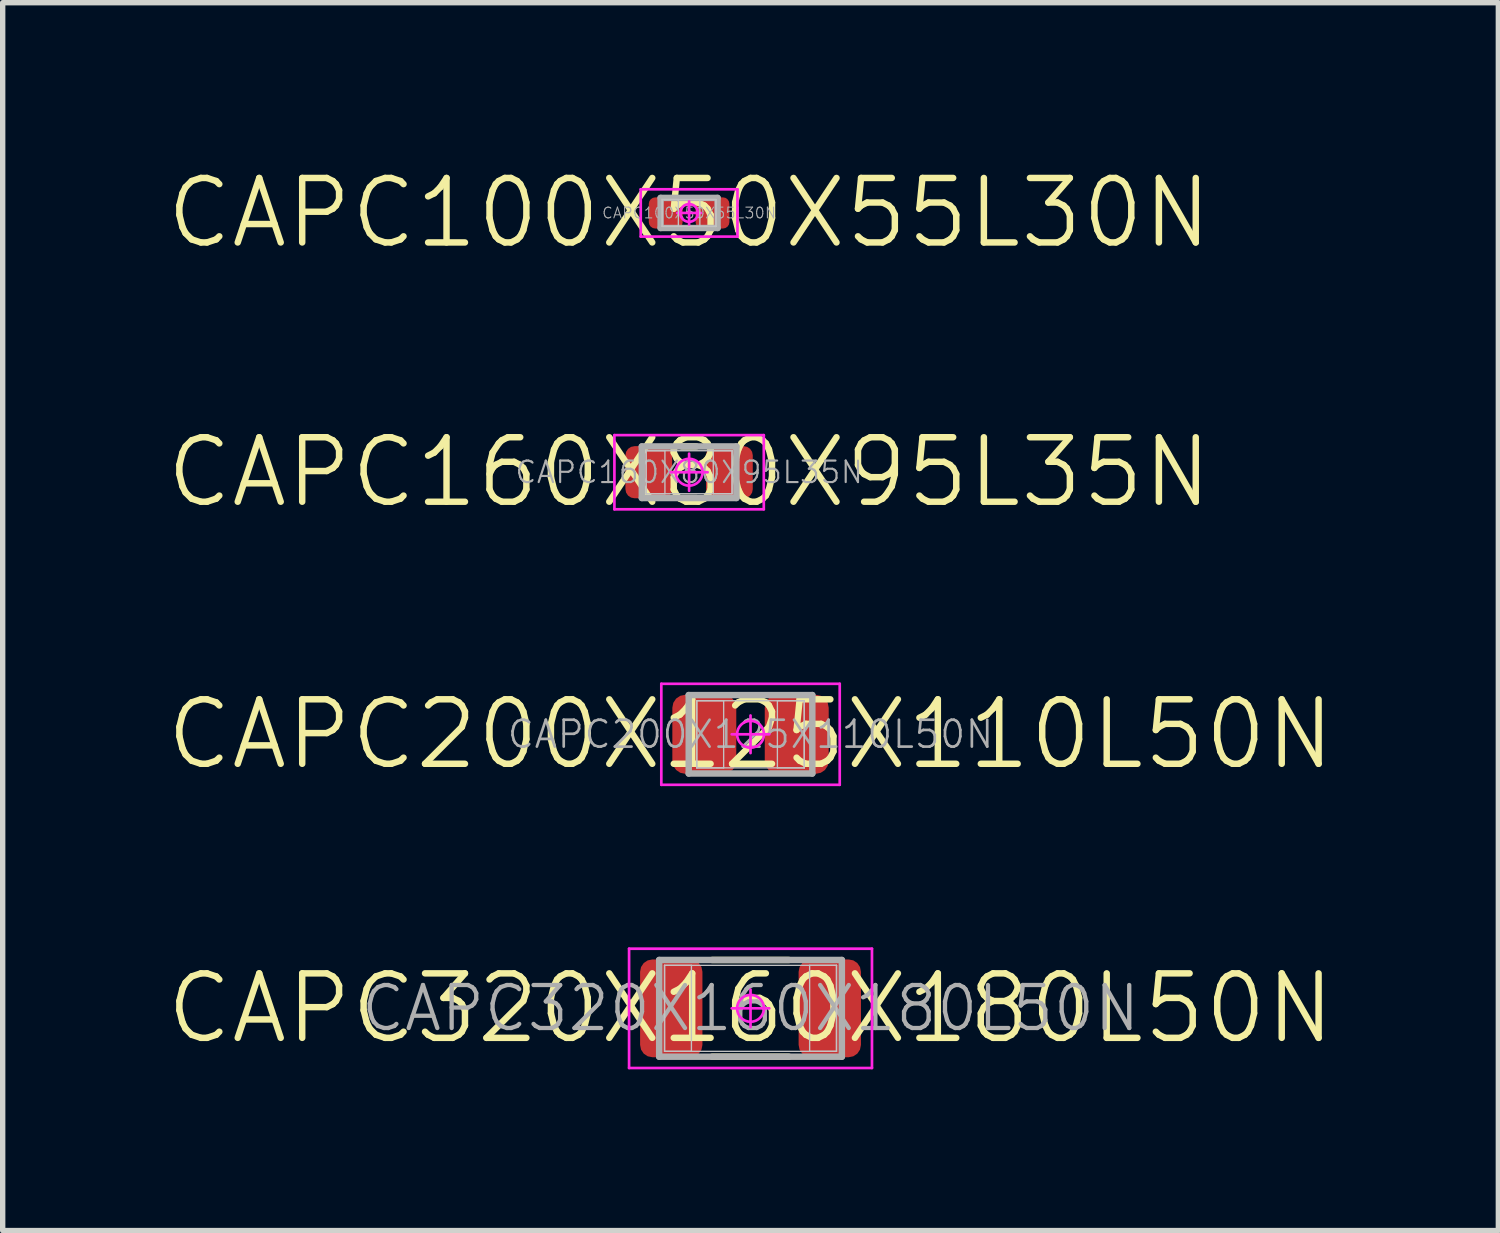
<source format=kicad_pcb>
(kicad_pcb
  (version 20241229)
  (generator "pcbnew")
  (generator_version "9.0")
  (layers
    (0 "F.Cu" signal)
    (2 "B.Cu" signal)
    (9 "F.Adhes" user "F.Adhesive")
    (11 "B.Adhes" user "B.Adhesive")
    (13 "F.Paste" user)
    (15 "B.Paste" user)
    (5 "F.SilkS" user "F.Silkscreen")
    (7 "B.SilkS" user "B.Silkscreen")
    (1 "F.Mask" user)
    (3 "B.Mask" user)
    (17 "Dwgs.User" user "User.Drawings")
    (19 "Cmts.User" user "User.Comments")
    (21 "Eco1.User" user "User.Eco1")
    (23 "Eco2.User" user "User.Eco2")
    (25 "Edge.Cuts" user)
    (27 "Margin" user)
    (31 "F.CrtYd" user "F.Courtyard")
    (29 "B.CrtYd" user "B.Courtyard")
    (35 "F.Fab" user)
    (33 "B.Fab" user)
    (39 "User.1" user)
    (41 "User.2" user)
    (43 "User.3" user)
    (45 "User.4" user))
  (footprint "CAPC320X160X180L50N"
    (layer "F.Cu")
    (at 10.917 15.715)
    (property "Reference" "CAPC320X160X180L50N" (at 0 0 0) (layer "F.SilkS") (effects (font (size 1.2 1.2) (thickness 0.12))))
    (attr smd)
    (fp_line (start -0.715 -0.9) (end 0.715 -0.9) (stroke (width 0.12) (type solid)) (layer "F.SilkS"))
    (fp_line (start -0.715 0.9) (end 0.715 0.9) (stroke (width 0.12) (type solid)) (layer "F.SilkS"))
    (fp_line (start -1.6 -0.8) (end -1.1 -0.8) (stroke (width 0.025) (type solid)) (layer "Dwgs.User"))
    (fp_line (start -1.6 -0.8) (end 1.6 -0.8) (stroke (width 0.025) (type solid)) (layer "Dwgs.User"))
    (fp_line (start -1.6 0.8) (end -1.6 -0.8) (stroke (width 0.025) (type solid)) (layer "Dwgs.User"))
    (fp_line (start -1.6 0.8) (end -1.6 -0.8) (stroke (width 0.025) (type solid)) (layer "Dwgs.User"))
    (fp_line (start -1.1 -0.8) (end -1.1 0.8) (stroke (width 0.025) (type solid)) (layer "Dwgs.User"))
    (fp_line (start -1.1 0.8) (end -1.6 0.8) (stroke (width 0.025) (type solid)) (layer "Dwgs.User"))
    (fp_line (start 1.1 -0.8) (end 1.6 -0.8) (stroke (width 0.025) (type solid)) (layer "Dwgs.User"))
    (fp_line (start 1.1 0.8) (end 1.1 -0.8) (stroke (width 0.025) (type solid)) (layer "Dwgs.User"))
    (fp_line (start 1.6 -0.8) (end 1.6 0.8) (stroke (width 0.025) (type solid)) (layer "Dwgs.User"))
    (fp_line (start 1.6 -0.8) (end 1.6 0.8) (stroke (width 0.025) (type solid)) (layer "Dwgs.User"))
    (fp_line (start 1.6 0.8) (end -1.6 0.8) (stroke (width 0.025) (type solid)) (layer "Dwgs.User"))
    (fp_line (start 1.6 0.8) (end 1.1 0.8) (stroke (width 0.025) (type solid)) (layer "Dwgs.User"))
    (fp_line (start -2.26 -1.11) (end 2.26 -1.11) (stroke (width 0.05) (type solid)) (layer "F.CrtYd"))
    (fp_line (start -2.26 1.11) (end -2.26 -1.11) (stroke (width 0.05) (type solid)) (layer "F.CrtYd"))
    (fp_line (start 0 -0.35) (end 0 0.35) (stroke (width 0.05) (type solid)) (layer "F.CrtYd"))
    (fp_line (start 0.35 0) (end -0.35 0) (stroke (width 0.05) (type solid)) (layer "F.CrtYd"))
    (fp_line (start 2.26 -1.11) (end 2.26 1.11) (stroke (width 0.05) (type solid)) (layer "F.CrtYd"))
    (fp_line (start 2.26 1.11) (end -2.26 1.11) (stroke (width 0.05) (type solid)) (layer "F.CrtYd"))
    (fp_circle (center 0 0) (end 0 0.25) (stroke (width 0.05) (type solid)) (fill no) (layer "F.CrtYd"))
    (fp_line (start -1.7 -0.9) (end 1.7 -0.9) (stroke (width 0.12) (type solid)) (layer "F.Fab"))
    (fp_line (start -1.7 0.9) (end -1.7 -0.9) (stroke (width 0.12) (type solid)) (layer "F.Fab"))
    (fp_line (start 1.7 -0.9) (end 1.7 0.9) (stroke (width 0.12) (type solid)) (layer "F.Fab"))
    (fp_line (start 1.7 0.9) (end -1.7 0.9) (stroke (width 0.12) (type solid)) (layer "F.Fab"))
    (fp_text user "${REFERENCE}" (at 0 0 0) (layer "F.Fab") (effects (font (size 0.8 0.8) (thickness 0.08))))
    (pad "1" smd roundrect (at -1.475 0) (size 1.16 1.82) (layers "F.Cu" "F.Mask" "F.Paste") (roundrect_rratio 0.198))
    (pad "2" smd roundrect (at 1.475 0) (size 1.16 1.82) (layers "F.Cu" "F.Mask" "F.Paste") (roundrect_rratio 0.198)))
  (footprint "CAPC100X50X55L30N"
    (layer "F.Cu")
    (at 9.774 0.913)
    (property "Reference" "CAPC100X50X55L30N" (at 0 0 0) (layer "F.SilkS") (effects (font (size 1.2 1.2) (thickness 0.12))))
    (attr smd)
    (fp_line (start -0.5 -0.25) (end -0.2 -0.25) (stroke (width 0.025) (type solid)) (layer "Dwgs.User"))
    (fp_line (start -0.5 -0.25) (end 0.5 -0.25) (stroke (width 0.025) (type solid)) (layer "Dwgs.User"))
    (fp_line (start -0.5 0.25) (end -0.5 -0.25) (stroke (width 0.025) (type solid)) (layer "Dwgs.User"))
    (fp_line (start -0.5 0.25) (end -0.5 -0.25) (stroke (width 0.025) (type solid)) (layer "Dwgs.User"))
    (fp_line (start -0.2 -0.25) (end -0.2 0.25) (stroke (width 0.025) (type solid)) (layer "Dwgs.User"))
    (fp_line (start -0.2 0.25) (end -0.5 0.25) (stroke (width 0.025) (type solid)) (layer "Dwgs.User"))
    (fp_line (start 0.2 -0.25) (end 0.5 -0.25) (stroke (width 0.025) (type solid)) (layer "Dwgs.User"))
    (fp_line (start 0.2 0.25) (end 0.2 -0.25) (stroke (width 0.025) (type solid)) (layer "Dwgs.User"))
    (fp_line (start 0.5 -0.25) (end 0.5 0.25) (stroke (width 0.025) (type solid)) (layer "Dwgs.User"))
    (fp_line (start 0.5 -0.25) (end 0.5 0.25) (stroke (width 0.025) (type solid)) (layer "Dwgs.User"))
    (fp_line (start 0.5 0.25) (end -0.5 0.25) (stroke (width 0.025) (type solid)) (layer "Dwgs.User"))
    (fp_line (start 0.5 0.25) (end 0.2 0.25) (stroke (width 0.025) (type solid)) (layer "Dwgs.User"))
    (fp_line (start -0.9 -0.44) (end 0.9 -0.44) (stroke (width 0.05) (type solid)) (layer "F.CrtYd"))
    (fp_line (start -0.9 0.44) (end -0.9 -0.44) (stroke (width 0.05) (type solid)) (layer "F.CrtYd"))
    (fp_line (start 0 -0.22) (end 0 0.22) (stroke (width 0.05) (type solid)) (layer "F.CrtYd"))
    (fp_line (start 0.22 0) (end -0.22 0) (stroke (width 0.05) (type solid)) (layer "F.CrtYd"))
    (fp_line (start 0.9 -0.44) (end 0.9 0.44) (stroke (width 0.05) (type solid)) (layer "F.CrtYd"))
    (fp_line (start 0.9 0.44) (end -0.9 0.44) (stroke (width 0.05) (type solid)) (layer "F.CrtYd"))
    (fp_circle (center 0 0) (end 0 0.165) (stroke (width 0.05) (type solid)) (fill no) (layer "F.CrtYd"))
    (fp_line (start -0.53 -0.28) (end 0.53 -0.28) (stroke (width 0.12) (type solid)) (layer "F.Fab"))
    (fp_line (start -0.53 0.28) (end -0.53 -0.28) (stroke (width 0.12) (type solid)) (layer "F.Fab"))
    (fp_line (start 0.53 -0.28) (end 0.53 0.28) (stroke (width 0.12) (type solid)) (layer "F.Fab"))
    (fp_line (start 0.53 0.28) (end -0.53 0.28) (stroke (width 0.12) (type solid)) (layer "F.Fab"))
    (fp_text user "${REFERENCE}" (at 0 0 0) (layer "F.Fab") (effects (font (size 0.2 0.2) (thickness 0.02))))
    (pad "1" smd roundrect (at -0.435 0) (size 0.63 0.58) (layers "F.Cu" "F.Mask" "F.Paste") (roundrect_rratio 0.207))
    (pad "2" smd roundrect (at 0.435 0) (size 0.63 0.58) (layers "F.Cu" "F.Mask" "F.Paste") (roundrect_rratio 0.207)))
  (footprint "CAPC200X125X110L50N"
    (layer "F.Cu")
    (at 10.917 10.615)
    (property "Reference" "CAPC200X125X110L50N" (at 0 0 0) (layer "F.SilkS") (effects (font (size 1.2 1.2) (thickness 0.12))))
    (attr smd)
    (fp_line (start -1 -0.625) (end -0.5 -0.625) (stroke (width 0.025) (type solid)) (layer "Dwgs.User"))
    (fp_line (start -1 -0.625) (end 1 -0.625) (stroke (width 0.025) (type solid)) (layer "Dwgs.User"))
    (fp_line (start -1 0.625) (end -1 -0.625) (stroke (width 0.025) (type solid)) (layer "Dwgs.User"))
    (fp_line (start -1 0.625) (end -1 -0.625) (stroke (width 0.025) (type solid)) (layer "Dwgs.User"))
    (fp_line (start -0.5 -0.625) (end -0.5 0.625) (stroke (width 0.025) (type solid)) (layer "Dwgs.User"))
    (fp_line (start -0.5 0.625) (end -1 0.625) (stroke (width 0.025) (type solid)) (layer "Dwgs.User"))
    (fp_line (start 0.5 -0.625) (end 1 -0.625) (stroke (width 0.025) (type solid)) (layer "Dwgs.User"))
    (fp_line (start 0.5 0.625) (end 0.5 -0.625) (stroke (width 0.025) (type solid)) (layer "Dwgs.User"))
    (fp_line (start 1 -0.625) (end 1 0.625) (stroke (width 0.025) (type solid)) (layer "Dwgs.User"))
    (fp_line (start 1 -0.625) (end 1 0.625) (stroke (width 0.025) (type solid)) (layer "Dwgs.User"))
    (fp_line (start 1 0.625) (end -1 0.625) (stroke (width 0.025) (type solid)) (layer "Dwgs.User"))
    (fp_line (start 1 0.625) (end 0.5 0.625) (stroke (width 0.025) (type solid)) (layer "Dwgs.User"))
    (fp_line (start -1.66 -0.94) (end 1.66 -0.94) (stroke (width 0.05) (type solid)) (layer "F.CrtYd"))
    (fp_line (start -1.66 0.94) (end -1.66 -0.94) (stroke (width 0.05) (type solid)) (layer "F.CrtYd"))
    (fp_line (start 0 -0.35) (end 0 0.35) (stroke (width 0.05) (type solid)) (layer "F.CrtYd"))
    (fp_line (start 0.35 0) (end -0.35 0) (stroke (width 0.05) (type solid)) (layer "F.CrtYd"))
    (fp_line (start 1.66 -0.94) (end 1.66 0.94) (stroke (width 0.05) (type solid)) (layer "F.CrtYd"))
    (fp_line (start 1.66 0.94) (end -1.66 0.94) (stroke (width 0.05) (type solid)) (layer "F.CrtYd"))
    (fp_circle (center 0 0) (end 0 0.25) (stroke (width 0.05) (type solid)) (fill no) (layer "F.CrtYd"))
    (fp_line (start -1.15 -0.73) (end 1.15 -0.73) (stroke (width 0.12) (type solid)) (layer "F.Fab"))
    (fp_line (start -1.15 0.73) (end -1.15 -0.73) (stroke (width 0.12) (type solid)) (layer "F.Fab"))
    (fp_line (start 1.15 -0.73) (end 1.15 0.73) (stroke (width 0.12) (type solid)) (layer "F.Fab"))
    (fp_line (start 1.15 0.73) (end -1.15 0.73) (stroke (width 0.12) (type solid)) (layer "F.Fab"))
    (fp_text user "${REFERENCE}" (at 0 0 0) (layer "F.Fab") (effects (font (size 0.5 0.5) (thickness 0.05))))
    (pad "1" smd roundrect (at -0.86 0) (size 1.19 1.47) (layers "F.Cu" "F.Mask" "F.Paste") (roundrect_rratio 0.202))
    (pad "2" smd roundrect (at 0.86 0) (size 1.19 1.47) (layers "F.Cu" "F.Mask" "F.Paste") (roundrect_rratio 0.202)))
  (footprint "CAPC160X80X95L35N"
    (layer "F.Cu")
    (at 9.774 5.738)
    (property "Reference" "CAPC160X80X95L35N" (at 0 0 0) (layer "F.SilkS") (effects (font (size 1.2 1.2) (thickness 0.12))))
    (attr smd)
    (fp_line (start -0.135 -0.48) (end 0.135 -0.48) (stroke (width 0.12) (type solid)) (layer "F.SilkS"))
    (fp_line (start -0.135 0.48) (end 0.135 0.48) (stroke (width 0.12) (type solid)) (layer "F.SilkS"))
    (fp_line (start -0.8 -0.4) (end -0.45 -0.4) (stroke (width 0.025) (type solid)) (layer "Dwgs.User"))
    (fp_line (start -0.8 -0.4) (end 0.8 -0.4) (stroke (width 0.025) (type solid)) (layer "Dwgs.User"))
    (fp_line (start -0.8 0.4) (end -0.8 -0.4) (stroke (width 0.025) (type solid)) (layer "Dwgs.User"))
    (fp_line (start -0.8 0.4) (end -0.8 -0.4) (stroke (width 0.025) (type solid)) (layer "Dwgs.User"))
    (fp_line (start -0.45 -0.4) (end -0.45 0.4) (stroke (width 0.025) (type solid)) (layer "Dwgs.User"))
    (fp_line (start -0.45 0.4) (end -0.8 0.4) (stroke (width 0.025) (type solid)) (layer "Dwgs.User"))
    (fp_line (start 0.45 -0.4) (end 0.8 -0.4) (stroke (width 0.025) (type solid)) (layer "Dwgs.User"))
    (fp_line (start 0.45 0.4) (end 0.45 -0.4) (stroke (width 0.025) (type solid)) (layer "Dwgs.User"))
    (fp_line (start 0.8 -0.4) (end 0.8 0.4) (stroke (width 0.025) (type solid)) (layer "Dwgs.User"))
    (fp_line (start 0.8 -0.4) (end 0.8 0.4) (stroke (width 0.025) (type solid)) (layer "Dwgs.User"))
    (fp_line (start 0.8 0.4) (end -0.8 0.4) (stroke (width 0.025) (type solid)) (layer "Dwgs.User"))
    (fp_line (start 0.8 0.4) (end 0.45 0.4) (stroke (width 0.025) (type solid)) (layer "Dwgs.User"))
    (fp_line (start -1.39 -0.69) (end 1.39 -0.69) (stroke (width 0.05) (type solid)) (layer "F.CrtYd"))
    (fp_line (start -1.39 0.69) (end -1.39 -0.69) (stroke (width 0.05) (type solid)) (layer "F.CrtYd"))
    (fp_line (start 0 -0.345) (end 0 0.345) (stroke (width 0.05) (type solid)) (layer "F.CrtYd"))
    (fp_line (start 0.345 0) (end -0.345 0) (stroke (width 0.05) (type solid)) (layer "F.CrtYd"))
    (fp_line (start 1.39 -0.69) (end 1.39 0.69) (stroke (width 0.05) (type solid)) (layer "F.CrtYd"))
    (fp_line (start 1.39 0.69) (end -1.39 0.69) (stroke (width 0.05) (type solid)) (layer "F.CrtYd"))
    (fp_circle (center 0 0) (end 0 0.25) (stroke (width 0.05) (type solid)) (fill no) (layer "F.CrtYd"))
    (fp_line (start -0.88 -0.48) (end 0.88 -0.48) (stroke (width 0.12) (type solid)) (layer "F.Fab"))
    (fp_line (start -0.88 0.48) (end -0.88 -0.48) (stroke (width 0.12) (type solid)) (layer "F.Fab"))
    (fp_line (start 0.88 -0.48) (end 0.88 0.48) (stroke (width 0.12) (type solid)) (layer "F.Fab"))
    (fp_line (start 0.88 0.48) (end -0.88 0.48) (stroke (width 0.12) (type solid)) (layer "F.Fab"))
    (fp_text user "${REFERENCE}" (at 0 0 0) (layer "F.Fab") (effects (font (size 0.4 0.4) (thickness 0.04))))
    (pad "1" smd roundrect (at -0.75 0) (size 0.87 0.97) (layers "F.Cu" "F.Mask" "F.Paste") (roundrect_rratio 0.195))
    (pad "2" smd roundrect (at 0.75 0) (size 0.87 0.97) (layers "F.Cu" "F.Mask" "F.Paste") (roundrect_rratio 0.195)))
  (gr_rect
    (start -3 -3)
    (end 24.834 19.85)
    (stroke (width 0.1) (type default))
    (fill no)
    (layer "Edge.Cuts")))
</source>
